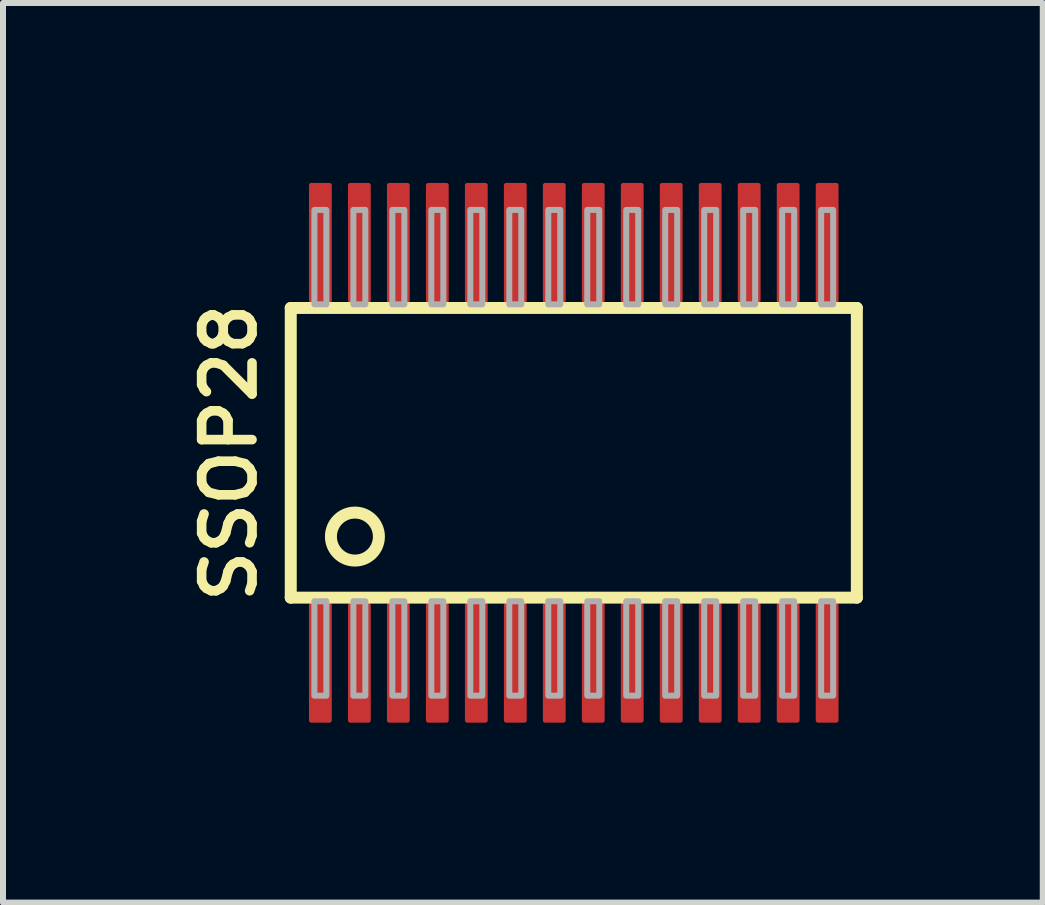
<source format=kicad_pcb>
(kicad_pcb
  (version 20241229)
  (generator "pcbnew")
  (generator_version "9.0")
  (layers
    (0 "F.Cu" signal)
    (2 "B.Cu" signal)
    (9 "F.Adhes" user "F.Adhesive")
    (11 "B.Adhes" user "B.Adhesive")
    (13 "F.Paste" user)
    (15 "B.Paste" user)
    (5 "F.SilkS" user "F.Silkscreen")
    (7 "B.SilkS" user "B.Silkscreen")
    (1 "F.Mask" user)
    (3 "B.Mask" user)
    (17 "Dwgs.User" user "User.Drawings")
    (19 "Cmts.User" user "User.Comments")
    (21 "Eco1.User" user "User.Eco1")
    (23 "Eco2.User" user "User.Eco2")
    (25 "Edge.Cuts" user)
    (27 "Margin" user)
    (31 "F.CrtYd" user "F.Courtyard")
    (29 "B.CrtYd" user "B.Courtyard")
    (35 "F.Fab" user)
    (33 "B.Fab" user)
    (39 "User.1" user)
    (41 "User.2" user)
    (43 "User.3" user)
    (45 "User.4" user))
  (footprint "SSOP28"
    (layer "F.Cu")
    (at 6.517 4.5)
    (property "Reference" "SSOP28" (at -5.745 0 90) (layer "F.SilkS") (effects (font (size 0.84 0.84) (thickness 0.16))))
    (fp_line (start -4.719 2.415) (end -4.719 -2.415) (stroke (width 0.2) (type solid)) (layer "F.SilkS"))
    (fp_line (start -4.719 2.415) (end 4.72 2.415) (stroke (width 0.2) (type solid)) (layer "F.SilkS"))
    (fp_line (start 4.72 -2.415) (end -4.719 -2.415) (stroke (width 0.2) (type solid)) (layer "F.SilkS"))
    (fp_line (start 4.72 -2.415) (end 4.72 2.415) (stroke (width 0.2) (type solid)) (layer "F.SilkS"))
    (fp_circle (center -3.649 1.397) (end -3.249 1.397) (stroke (width 0.2) (type solid)) (fill no) (layer "F.SilkS"))
    (fp_poly (pts (xy -4.325 4.05) (xy -4.125 4.05) (xy -4.125 2.475) (xy -4.325 2.475)) (stroke (width 0.1) (type default)) (fill no) (layer "F.Fab"))
    (fp_poly (pts (xy -4.125 -4.05) (xy -4.325 -4.05) (xy -4.325 -2.475) (xy -4.125 -2.475)) (stroke (width 0.1) (type default)) (fill no) (layer "F.Fab"))
    (fp_poly (pts (xy -3.675 4.05) (xy -3.475 4.05) (xy -3.475 2.475) (xy -3.675 2.475)) (stroke (width 0.1) (type default)) (fill no) (layer "F.Fab"))
    (fp_poly (pts (xy -3.475 -4.05) (xy -3.675 -4.05) (xy -3.675 -2.475) (xy -3.475 -2.475)) (stroke (width 0.1) (type default)) (fill no) (layer "F.Fab"))
    (fp_poly (pts (xy -3.025 4.05) (xy -2.825 4.05) (xy -2.825 2.475) (xy -3.025 2.475)) (stroke (width 0.1) (type default)) (fill no) (layer "F.Fab"))
    (fp_poly (pts (xy -2.825 -4.05) (xy -3.025 -4.05) (xy -3.025 -2.475) (xy -2.825 -2.475)) (stroke (width 0.1) (type default)) (fill no) (layer "F.Fab"))
    (fp_poly (pts (xy -2.375 4.05) (xy -2.175 4.05) (xy -2.175 2.475) (xy -2.375 2.475)) (stroke (width 0.1) (type default)) (fill no) (layer "F.Fab"))
    (fp_poly (pts (xy -2.175 -4.05) (xy -2.375 -4.05) (xy -2.375 -2.475) (xy -2.175 -2.475)) (stroke (width 0.1) (type default)) (fill no) (layer "F.Fab"))
    (fp_poly (pts (xy -1.725 4.05) (xy -1.525 4.05) (xy -1.525 2.475) (xy -1.725 2.475)) (stroke (width 0.1) (type default)) (fill no) (layer "F.Fab"))
    (fp_poly (pts (xy -1.525 -4.05) (xy -1.725 -4.05) (xy -1.725 -2.475) (xy -1.525 -2.475)) (stroke (width 0.1) (type default)) (fill no) (layer "F.Fab"))
    (fp_poly (pts (xy -1.075 4.05) (xy -0.875 4.05) (xy -0.875 2.475) (xy -1.075 2.475)) (stroke (width 0.1) (type default)) (fill no) (layer "F.Fab"))
    (fp_poly (pts (xy -0.875 -4.05) (xy -1.075 -4.05) (xy -1.075 -2.475) (xy -0.875 -2.475)) (stroke (width 0.1) (type default)) (fill no) (layer "F.Fab"))
    (fp_poly (pts (xy -0.425 4.05) (xy -0.225 4.05) (xy -0.225 2.475) (xy -0.425 2.475)) (stroke (width 0.1) (type default)) (fill no) (layer "F.Fab"))
    (fp_poly (pts (xy -0.225 -4.05) (xy -0.425 -4.05) (xy -0.425 -2.475) (xy -0.225 -2.475)) (stroke (width 0.1) (type default)) (fill no) (layer "F.Fab"))
    (fp_poly (pts (xy 0.225 4.05) (xy 0.425 4.05) (xy 0.425 2.475) (xy 0.225 2.475)) (stroke (width 0.1) (type default)) (fill no) (layer "F.Fab"))
    (fp_poly (pts (xy 0.425 -4.05) (xy 0.225 -4.05) (xy 0.225 -2.475) (xy 0.425 -2.475)) (stroke (width 0.1) (type default)) (fill no) (layer "F.Fab"))
    (fp_poly (pts (xy 0.875 4.05) (xy 1.075 4.05) (xy 1.075 2.475) (xy 0.875 2.475)) (stroke (width 0.1) (type default)) (fill no) (layer "F.Fab"))
    (fp_poly (pts (xy 1.075 -4.05) (xy 0.875 -4.05) (xy 0.875 -2.475) (xy 1.075 -2.475)) (stroke (width 0.1) (type default)) (fill no) (layer "F.Fab"))
    (fp_poly (pts (xy 1.525 4.05) (xy 1.725 4.05) (xy 1.725 2.475) (xy 1.525 2.475)) (stroke (width 0.1) (type default)) (fill no) (layer "F.Fab"))
    (fp_poly (pts (xy 1.725 -4.05) (xy 1.525 -4.05) (xy 1.525 -2.475) (xy 1.725 -2.475)) (stroke (width 0.1) (type default)) (fill no) (layer "F.Fab"))
    (fp_poly (pts (xy 2.175 4.05) (xy 2.375 4.05) (xy 2.375 2.475) (xy 2.175 2.475)) (stroke (width 0.1) (type default)) (fill no) (layer "F.Fab"))
    (fp_poly (pts (xy 2.375 -4.05) (xy 2.175 -4.05) (xy 2.175 -2.475) (xy 2.375 -2.475)) (stroke (width 0.1) (type default)) (fill no) (layer "F.Fab"))
    (fp_poly (pts (xy 2.825 4.05) (xy 3.025 4.05) (xy 3.025 2.475) (xy 2.825 2.475)) (stroke (width 0.1) (type default)) (fill no) (layer "F.Fab"))
    (fp_poly (pts (xy 3.025 -4.05) (xy 2.825 -4.05) (xy 2.825 -2.475) (xy 3.025 -2.475)) (stroke (width 0.1) (type default)) (fill no) (layer "F.Fab"))
    (fp_poly (pts (xy 3.475 4.05) (xy 3.675 4.05) (xy 3.675 2.475) (xy 3.475 2.475)) (stroke (width 0.1) (type default)) (fill no) (layer "F.Fab"))
    (fp_poly (pts (xy 3.675 -4.05) (xy 3.475 -4.05) (xy 3.475 -2.475) (xy 3.675 -2.475)) (stroke (width 0.1) (type default)) (fill no) (layer "F.Fab"))
    (fp_poly (pts (xy 4.125 4.05) (xy 4.325 4.05) (xy 4.325 2.475) (xy 4.125 2.475)) (stroke (width 0.1) (type default)) (fill no) (layer "F.Fab"))
    (fp_poly (pts (xy 4.325 -4.05) (xy 4.125 -4.05) (xy 4.125 -2.475) (xy 4.325 -2.475)) (stroke (width 0.1) (type default)) (fill no) (layer "F.Fab"))
    (pad "1" smd roundrect (at -4.225 3.5) (size 0.38 2) (layers "F.Cu" "F.Mask" "F.Paste") (roundrect_rratio 0.1))
    (pad "2" smd roundrect (at -3.575 3.5) (size 0.38 2) (layers "F.Cu" "F.Mask" "F.Paste") (roundrect_rratio 0.1))
    (pad "3" smd roundrect (at -2.925 3.5) (size 0.38 2) (layers "F.Cu" "F.Mask" "F.Paste") (roundrect_rratio 0.1))
    (pad "4" smd roundrect (at -2.275 3.5) (size 0.38 2) (layers "F.Cu" "F.Mask" "F.Paste") (roundrect_rratio 0.1))
    (pad "5" smd roundrect (at -1.625 3.5) (size 0.38 2) (layers "F.Cu" "F.Mask" "F.Paste") (roundrect_rratio 0.1))
    (pad "6" smd roundrect (at -0.975 3.5) (size 0.38 2) (layers "F.Cu" "F.Mask" "F.Paste") (roundrect_rratio 0.1))
    (pad "7" smd roundrect (at -0.325 3.5) (size 0.38 2) (layers "F.Cu" "F.Mask" "F.Paste") (roundrect_rratio 0.1))
    (pad "8" smd roundrect (at 0.325 3.5) (size 0.38 2) (layers "F.Cu" "F.Mask" "F.Paste") (roundrect_rratio 0.1))
    (pad "9" smd roundrect (at 0.975 3.5) (size 0.38 2) (layers "F.Cu" "F.Mask" "F.Paste") (roundrect_rratio 0.1))
    (pad "10" smd roundrect (at 1.625 3.5) (size 0.38 2) (layers "F.Cu" "F.Mask" "F.Paste") (roundrect_rratio 0.1))
    (pad "11" smd roundrect (at 2.275 3.5) (size 0.38 2) (layers "F.Cu" "F.Mask" "F.Paste") (roundrect_rratio 0.1))
    (pad "12" smd roundrect (at 2.925 3.5) (size 0.38 2) (layers "F.Cu" "F.Mask" "F.Paste") (roundrect_rratio 0.1))
    (pad "13" smd roundrect (at 3.575 3.5) (size 0.38 2) (layers "F.Cu" "F.Mask" "F.Paste") (roundrect_rratio 0.1))
    (pad "14" smd roundrect (at 4.225 3.5) (size 0.38 2) (layers "F.Cu" "F.Mask" "F.Paste") (roundrect_rratio 0.1))
    (pad "15" smd roundrect (at 4.225 -3.5 180) (size 0.38 2) (layers "F.Cu" "F.Mask" "F.Paste") (roundrect_rratio 0.1))
    (pad "16" smd roundrect (at 3.575 -3.5 180) (size 0.38 2) (layers "F.Cu" "F.Mask" "F.Paste") (roundrect_rratio 0.1))
    (pad "17" smd roundrect (at 2.925 -3.5 180) (size 0.38 2) (layers "F.Cu" "F.Mask" "F.Paste") (roundrect_rratio 0.1))
    (pad "18" smd roundrect (at 2.275 -3.5 180) (size 0.38 2) (layers "F.Cu" "F.Mask" "F.Paste") (roundrect_rratio 0.1))
    (pad "19" smd roundrect (at 1.625 -3.5 180) (size 0.38 2) (layers "F.Cu" "F.Mask" "F.Paste") (roundrect_rratio 0.1))
    (pad "20" smd roundrect (at 0.975 -3.5 180) (size 0.38 2) (layers "F.Cu" "F.Mask" "F.Paste") (roundrect_rratio 0.1))
    (pad "21" smd roundrect (at 0.325 -3.5 180) (size 0.38 2) (layers "F.Cu" "F.Mask" "F.Paste") (roundrect_rratio 0.1))
    (pad "22" smd roundrect (at -0.325 -3.5 180) (size 0.38 2) (layers "F.Cu" "F.Mask" "F.Paste") (roundrect_rratio 0.1))
    (pad "23" smd roundrect (at -0.975 -3.5 180) (size 0.38 2) (layers "F.Cu" "F.Mask" "F.Paste") (roundrect_rratio 0.1))
    (pad "24" smd roundrect (at -1.625 -3.5 180) (size 0.38 2) (layers "F.Cu" "F.Mask" "F.Paste") (roundrect_rratio 0.1))
    (pad "25" smd roundrect (at -2.275 -3.5 180) (size 0.38 2) (layers "F.Cu" "F.Mask" "F.Paste") (roundrect_rratio 0.1))
    (pad "26" smd roundrect (at -2.925 -3.5 180) (size 0.38 2) (layers "F.Cu" "F.Mask" "F.Paste") (roundrect_rratio 0.1))
    (pad "27" smd roundrect (at -3.575 -3.5 180) (size 0.38 2) (layers "F.Cu" "F.Mask" "F.Paste") (roundrect_rratio 0.1))
    (pad "28" smd roundrect (at -4.225 -3.5 180) (size 0.38 2) (layers "F.Cu" "F.Mask" "F.Paste") (roundrect_rratio 0.1)))
  (gr_rect
    (start -3 -3)
    (end 14.337 12)
    (stroke (width 0.1) (type default))
    (fill no)
    (layer "Edge.Cuts")))
</source>
